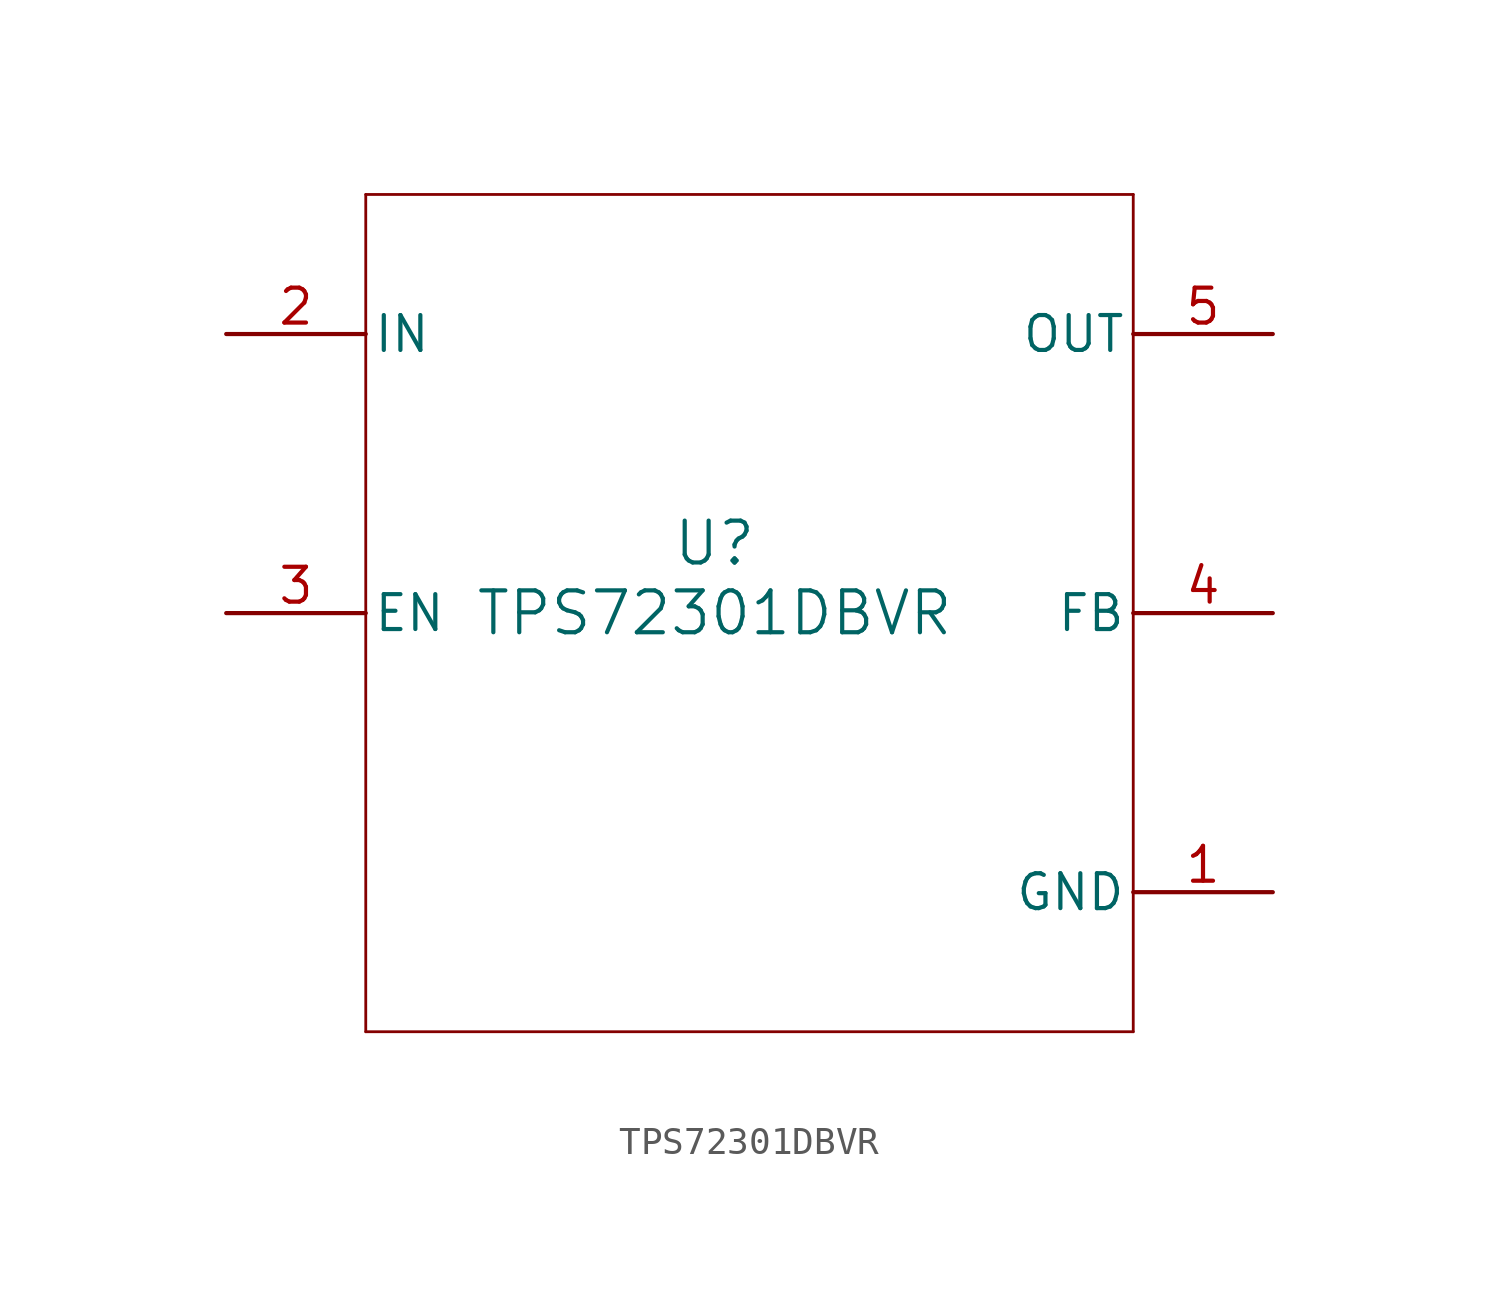
<source format=kicad_sym>
(kicad_symbol_lib
  (version 20211014)
  (generator kicad_symbol_editor)
  (symbol "TPS72301DBVR"
    (pin_names
      (offset 0.254))
    (property "Reference" "U"
      (at 0 2.54 0)
      (effects (font (size 1.524 1.524))))
    (property "Value" "TPS72301DBVR"
      (at 0 0 0)
      (effects (font (size 1.524 1.524))))
    (symbol "TPS72301DBVR_0_1"
      (polyline (pts (xy -12.7 -15.24) (xy 15.24 -15.24)) (stroke (width 0.102) (type default) (color 0 0 0 0)) (fill (type none)))
      (polyline (pts (xy 15.24 -15.24) (xy 15.24 15.24)) (stroke (width 0.102) (type default) (color 0 0 0 0)) (fill (type none)))
      (polyline (pts (xy 15.24 15.24) (xy -12.7 15.24)) (stroke (width 0.102) (type default) (color 0 0 0 0)) (fill (type none)))
      (polyline (pts (xy -12.7 15.24) (xy -12.7 -15.24)) (stroke (width 0.102) (type default) (color 0 0 0 0)) (fill (type none)))
      (pin power_in line (at -17.78 10.16 0) (length 5.08) (name "IN" (effects (font (size 1.27 1.27)))) (number "2" (effects (font (size 1.27 1.27)))))
      (pin power_in line (at 20.32 -10.16 180) (length 5.08) (name "GND" (effects (font (size 1.27 1.27)))) (number "1" (effects (font (size 1.27 1.27)))))
      (pin input line (at -17.78 0 0) (length 5.08) (name "EN" (effects (font (size 1.27 1.27)))) (number "3" (effects (font (size 1.27 1.27)))))
      (pin input line (at 20.32 0 180) (length 5.08) (name "FB" (effects (font (size 1.27 1.27)))) (number "4" (effects (font (size 1.27 1.27)))))
      (pin power_in line (at 20.32 10.16 180) (length 5.08) (name "OUT" (effects (font (size 1.27 1.27)))) (number "5" (effects (font (size 1.27 1.27))))))))
</source>
